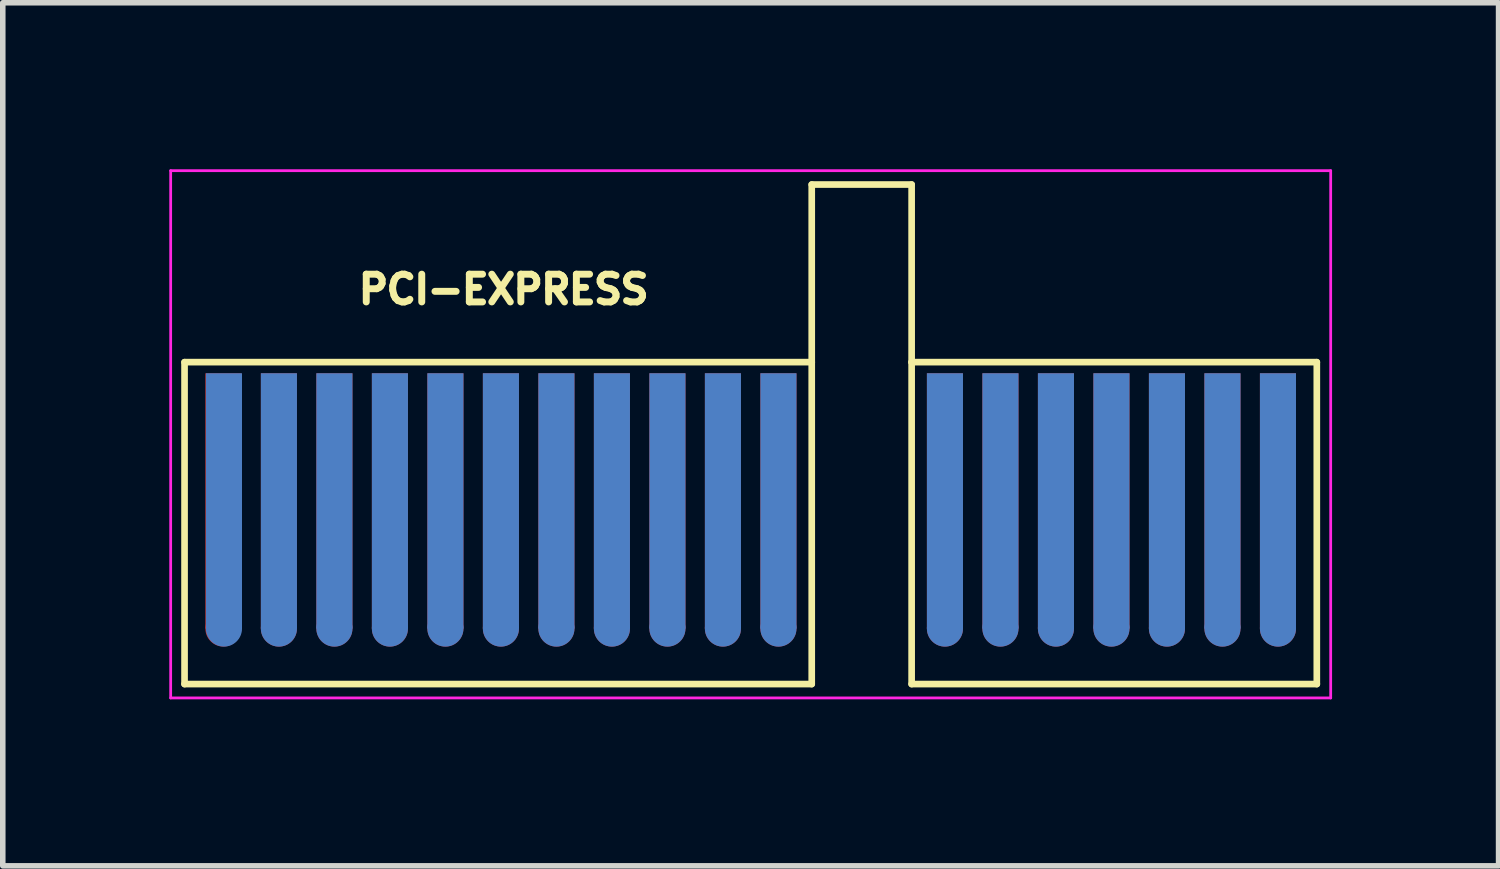
<source format=kicad_pcb>
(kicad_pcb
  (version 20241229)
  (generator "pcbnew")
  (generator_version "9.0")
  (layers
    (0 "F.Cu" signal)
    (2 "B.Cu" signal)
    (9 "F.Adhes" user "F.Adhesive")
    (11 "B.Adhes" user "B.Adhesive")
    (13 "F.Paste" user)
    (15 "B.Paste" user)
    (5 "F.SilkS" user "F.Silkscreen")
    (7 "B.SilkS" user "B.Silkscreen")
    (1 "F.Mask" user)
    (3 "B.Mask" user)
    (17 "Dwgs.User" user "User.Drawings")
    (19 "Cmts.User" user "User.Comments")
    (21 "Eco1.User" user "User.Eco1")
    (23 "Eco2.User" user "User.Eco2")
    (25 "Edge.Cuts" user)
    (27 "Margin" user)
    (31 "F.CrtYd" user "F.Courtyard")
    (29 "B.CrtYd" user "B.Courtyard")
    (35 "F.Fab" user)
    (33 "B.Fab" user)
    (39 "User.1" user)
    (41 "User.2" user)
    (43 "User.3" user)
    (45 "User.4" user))
  (footprint "PCI-EXPRESS"
    (layer "F.Cu")
    (at 0.975 5.475)
    (property "Reference" "PCI-EXPRESS" (at 5.05 -3.31 0) (layer "F.SilkS") (effects (font (size 0.5 0.5) (thickness 0.15))))
    (attr through_hole)
    (fp_line (start -0.7 -2) (end 10.6 -2) (stroke (width 0.12) (type solid)) (layer "F.SilkS"))
    (fp_line (start -0.7 3.8) (end -0.7 -2) (stroke (width 0.12) (type solid)) (layer "F.SilkS"))
    (fp_line (start 10.6 -5.2) (end 12.4 -5.2) (stroke (width 0.12) (type solid)) (layer "F.SilkS"))
    (fp_line (start 10.6 -2) (end 10.6 -5.2) (stroke (width 0.12) (type solid)) (layer "F.SilkS"))
    (fp_line (start 10.6 -2) (end 10.6 3.8) (stroke (width 0.12) (type solid)) (layer "F.SilkS"))
    (fp_line (start 10.6 3.8) (end -0.7 3.8) (stroke (width 0.12) (type solid)) (layer "F.SilkS"))
    (fp_line (start 12.4 -5.2) (end 12.4 -2) (stroke (width 0.12) (type solid)) (layer "F.SilkS"))
    (fp_line (start 12.4 -2) (end 12.4 3.8) (stroke (width 0.12) (type solid)) (layer "F.SilkS"))
    (fp_line (start 12.4 3.8) (end 19.7 3.8) (stroke (width 0.12) (type solid)) (layer "F.SilkS"))
    (fp_line (start 19.7 -2) (end 12.4 -2) (stroke (width 0.12) (type solid)) (layer "F.SilkS"))
    (fp_line (start 19.7 -2) (end 19.7 3.8) (stroke (width 0.12) (type solid)) (layer "F.SilkS"))
    (fp_line (start -0.95 -5.45) (end -0.95 4.05) (stroke (width 0.05) (type solid)) (layer "F.CrtYd"))
    (fp_line (start -0.95 -5.45) (end 19.95 -5.45) (stroke (width 0.05) (type solid)) (layer "F.CrtYd"))
    (fp_line (start 19.95 4.05) (end -0.95 4.05) (stroke (width 0.05) (type solid)) (layer "F.CrtYd"))
    (fp_line (start 19.95 4.05) (end 19.95 -5.45) (stroke (width 0.05) (type solid)) (layer "F.CrtYd"))
    (pad "" connect circle (at 0 2.8) (size 0.65 0.65) (layers "F.Cu" "F.Mask"))
    (pad "" connect oval (at 0.01 2.8 90) (size 0.65 0.65) (layers "B.Cu" "B.Mask"))
    (pad "" connect circle (at 1 2.8) (size 0.65 0.65) (layers "F.Cu" "F.Mask"))
    (pad "" connect oval (at 1 2.8 90) (size 0.65 0.65) (layers "B.Cu" "B.Mask"))
    (pad "" connect circle (at 2 2.8) (size 0.65 0.65) (layers "F.Cu" "F.Mask"))
    (pad "" connect oval (at 2 2.8 90) (size 0.65 0.65) (layers "B.Cu" "B.Mask"))
    (pad "" connect circle (at 3 2.8) (size 0.65 0.65) (layers "F.Cu" "F.Mask"))
    (pad "" connect oval (at 3 2.8 90) (size 0.65 0.65) (layers "B.Cu" "B.Mask"))
    (pad "" connect circle (at 4 2.8) (size 0.65 0.65) (layers "F.Cu" "F.Mask"))
    (pad "" connect oval (at 4 2.8 90) (size 0.65 0.65) (layers "B.Cu" "B.Mask"))
    (pad "" connect circle (at 5 2.8) (size 0.65 0.65) (layers "F.Cu" "F.Mask"))
    (pad "" connect oval (at 5 2.8 90) (size 0.65 0.65) (layers "B.Cu" "B.Mask"))
    (pad "" connect circle (at 6 2.8) (size 0.65 0.65) (layers "F.Cu" "F.Mask"))
    (pad "" connect oval (at 6 2.8 90) (size 0.65 0.65) (layers "B.Cu" "B.Mask"))
    (pad "" connect circle (at 7 2.8) (size 0.65 0.65) (layers "F.Cu" "F.Mask"))
    (pad "" connect oval (at 7 2.8 90) (size 0.65 0.65) (layers "B.Cu" "B.Mask"))
    (pad "" connect circle (at 8 2.8) (size 0.65 0.65) (layers "F.Cu" "F.Mask"))
    (pad "" connect oval (at 8 2.8 90) (size 0.65 0.65) (layers "B.Cu" "B.Mask"))
    (pad "" connect circle (at 9 2.8) (size 0.65 0.65) (layers "F.Cu" "F.Mask"))
    (pad "" connect oval (at 9 2.8 90) (size 0.65 0.65) (layers "B.Cu" "B.Mask"))
    (pad "" connect circle (at 10 2.8) (size 0.65 0.65) (layers "F.Cu" "F.Mask"))
    (pad "" connect oval (at 10 2.8 90) (size 0.65 0.65) (layers "B.Cu" "B.Mask"))
    (pad "" connect circle (at 13 2.8) (size 0.65 0.65) (layers "F.Cu" "F.Mask"))
    (pad "" connect oval (at 13 2.8 90) (size 0.65 0.65) (layers "B.Cu" "B.Mask"))
    (pad "" connect circle (at 14 2.8) (size 0.65 0.65) (layers "F.Cu" "F.Mask"))
    (pad "" connect oval (at 14 2.8 90) (size 0.65 0.65) (layers "B.Cu" "B.Mask"))
    (pad "" connect circle (at 15 2.8) (size 0.65 0.65) (layers "F.Cu" "F.Mask"))
    (pad "" connect oval (at 15 2.8 90) (size 0.65 0.65) (layers "B.Cu" "B.Mask"))
    (pad "" connect circle (at 16 2.8) (size 0.65 0.65) (layers "F.Cu" "F.Mask"))
    (pad "" connect oval (at 16 2.8 90) (size 0.65 0.65) (layers "B.Cu" "B.Mask"))
    (pad "" connect circle (at 17 2.8) (size 0.65 0.65) (layers "F.Cu" "F.Mask"))
    (pad "" connect oval (at 17 2.8 90) (size 0.65 0.65) (layers "B.Cu" "B.Mask"))
    (pad "" connect circle (at 18 2.8) (size 0.65 0.65) (layers "F.Cu" "F.Mask"))
    (pad "" connect oval (at 18 2.8 90) (size 0.65 0.65) (layers "B.Cu" "B.Mask"))
    (pad "" connect circle (at 19 2.8) (size 0.65 0.65) (layers "F.Cu" "F.Mask"))
    (pad "" connect oval (at 19 2.8 90) (size 0.65 0.65) (layers "B.Cu" "B.Mask"))
    (pad "A1" connect rect (at 0 0.5) (size 0.65 4.6) (layers "F.Cu" "F.Mask"))
    (pad "A2" connect rect (at 1 0.5) (size 0.65 4.6) (layers "F.Cu" "F.Mask"))
    (pad "A3" connect rect (at 2 0.5) (size 0.65 4.6) (layers "F.Cu" "F.Mask"))
    (pad "A4" connect rect (at 3 0.5) (size 0.65 4.6) (layers "F.Cu" "F.Mask"))
    (pad "A5" connect rect (at 4 0.5) (size 0.65 4.6) (layers "F.Cu" "F.Mask"))
    (pad "A6" connect rect (at 5 0.5) (size 0.65 4.6) (layers "F.Cu" "F.Mask"))
    (pad "A7" connect rect (at 6 0.5) (size 0.65 4.6) (layers "F.Cu" "F.Mask"))
    (pad "A8" connect rect (at 7 0.5) (size 0.65 4.6) (layers "F.Cu" "F.Mask"))
    (pad "A9" connect rect (at 8 0.5) (size 0.65 4.6) (layers "F.Cu" "F.Mask"))
    (pad "A10" connect rect (at 9 0.5) (size 0.65 4.6) (layers "F.Cu" "F.Mask"))
    (pad "A11" connect rect (at 10 0.5) (size 0.65 4.6) (layers "F.Cu" "F.Mask"))
    (pad "A12" connect rect (at 13 0.5) (size 0.65 4.6) (layers "F.Cu" "F.Mask"))
    (pad "A13" connect rect (at 14 0.5) (size 0.65 4.6) (layers "F.Cu" "F.Mask"))
    (pad "A14" connect rect (at 15 0.5) (size 0.65 4.6) (layers "F.Cu" "F.Mask"))
    (pad "A15" connect rect (at 16 0.5) (size 0.65 4.6) (layers "F.Cu" "F.Mask"))
    (pad "A16" connect rect (at 17 0.5) (size 0.65 4.6) (layers "F.Cu" "F.Mask"))
    (pad "A17" connect rect (at 18 0.5) (size 0.65 4.6) (layers "F.Cu" "F.Mask"))
    (pad "A18" connect rect (at 19 0.5) (size 0.65 4.6) (layers "F.Cu" "F.Mask"))
    (pad "B1" connect rect (at 0.01 0.5) (size 0.65 4.6) (layers "B.Cu" "B.Mask"))
    (pad "B2" connect rect (at 1 0.5) (size 0.65 4.6) (layers "B.Cu" "B.Mask"))
    (pad "B3" connect rect (at 2 0.5) (size 0.65 4.6) (layers "B.Cu" "B.Mask"))
    (pad "B4" connect rect (at 3 0.5) (size 0.65 4.6) (layers "B.Cu" "B.Mask"))
    (pad "B5" connect rect (at 4 0.5) (size 0.65 4.6) (layers "B.Cu" "B.Mask"))
    (pad "B6" connect rect (at 5 0.5) (size 0.65 4.6) (layers "B.Cu" "B.Mask"))
    (pad "B7" connect rect (at 6 0.5) (size 0.65 4.6) (layers "B.Cu" "B.Mask"))
    (pad "B8" connect rect (at 7 0.5) (size 0.65 4.6) (layers "B.Cu" "B.Mask"))
    (pad "B9" connect rect (at 8 0.5) (size 0.65 4.6) (layers "B.Cu" "B.Mask"))
    (pad "B10" connect rect (at 9 0.5) (size 0.65 4.6) (layers "B.Cu" "B.Mask"))
    (pad "B11" connect rect (at 10 0.5) (size 0.65 4.6) (layers "B.Cu" "B.Mask"))
    (pad "B12" connect rect (at 13 0.5) (size 0.65 4.6) (layers "B.Cu" "B.Mask"))
    (pad "B13" connect rect (at 14 0.5) (size 0.65 4.6) (layers "B.Cu" "B.Mask"))
    (pad "B14" connect rect (at 15 0.5) (size 0.65 4.6) (layers "B.Cu" "B.Mask"))
    (pad "B15" connect rect (at 16 0.5) (size 0.65 4.6) (layers "B.Cu" "B.Mask"))
    (pad "B16" connect rect (at 17 0.5) (size 0.65 4.6) (layers "B.Cu" "B.Mask"))
    (pad "B17" connect rect (at 18 0.5) (size 0.65 4.6) (layers "B.Cu" "B.Mask"))
    (pad "B18" connect rect (at 19 0.5) (size 0.65 4.6) (layers "B.Cu" "B.Mask")))
  (gr_rect
    (start -3 -3)
    (end 23.95 12.55)
    (stroke (width 0.1) (type default))
    (fill no)
    (layer "Edge.Cuts")))
</source>
